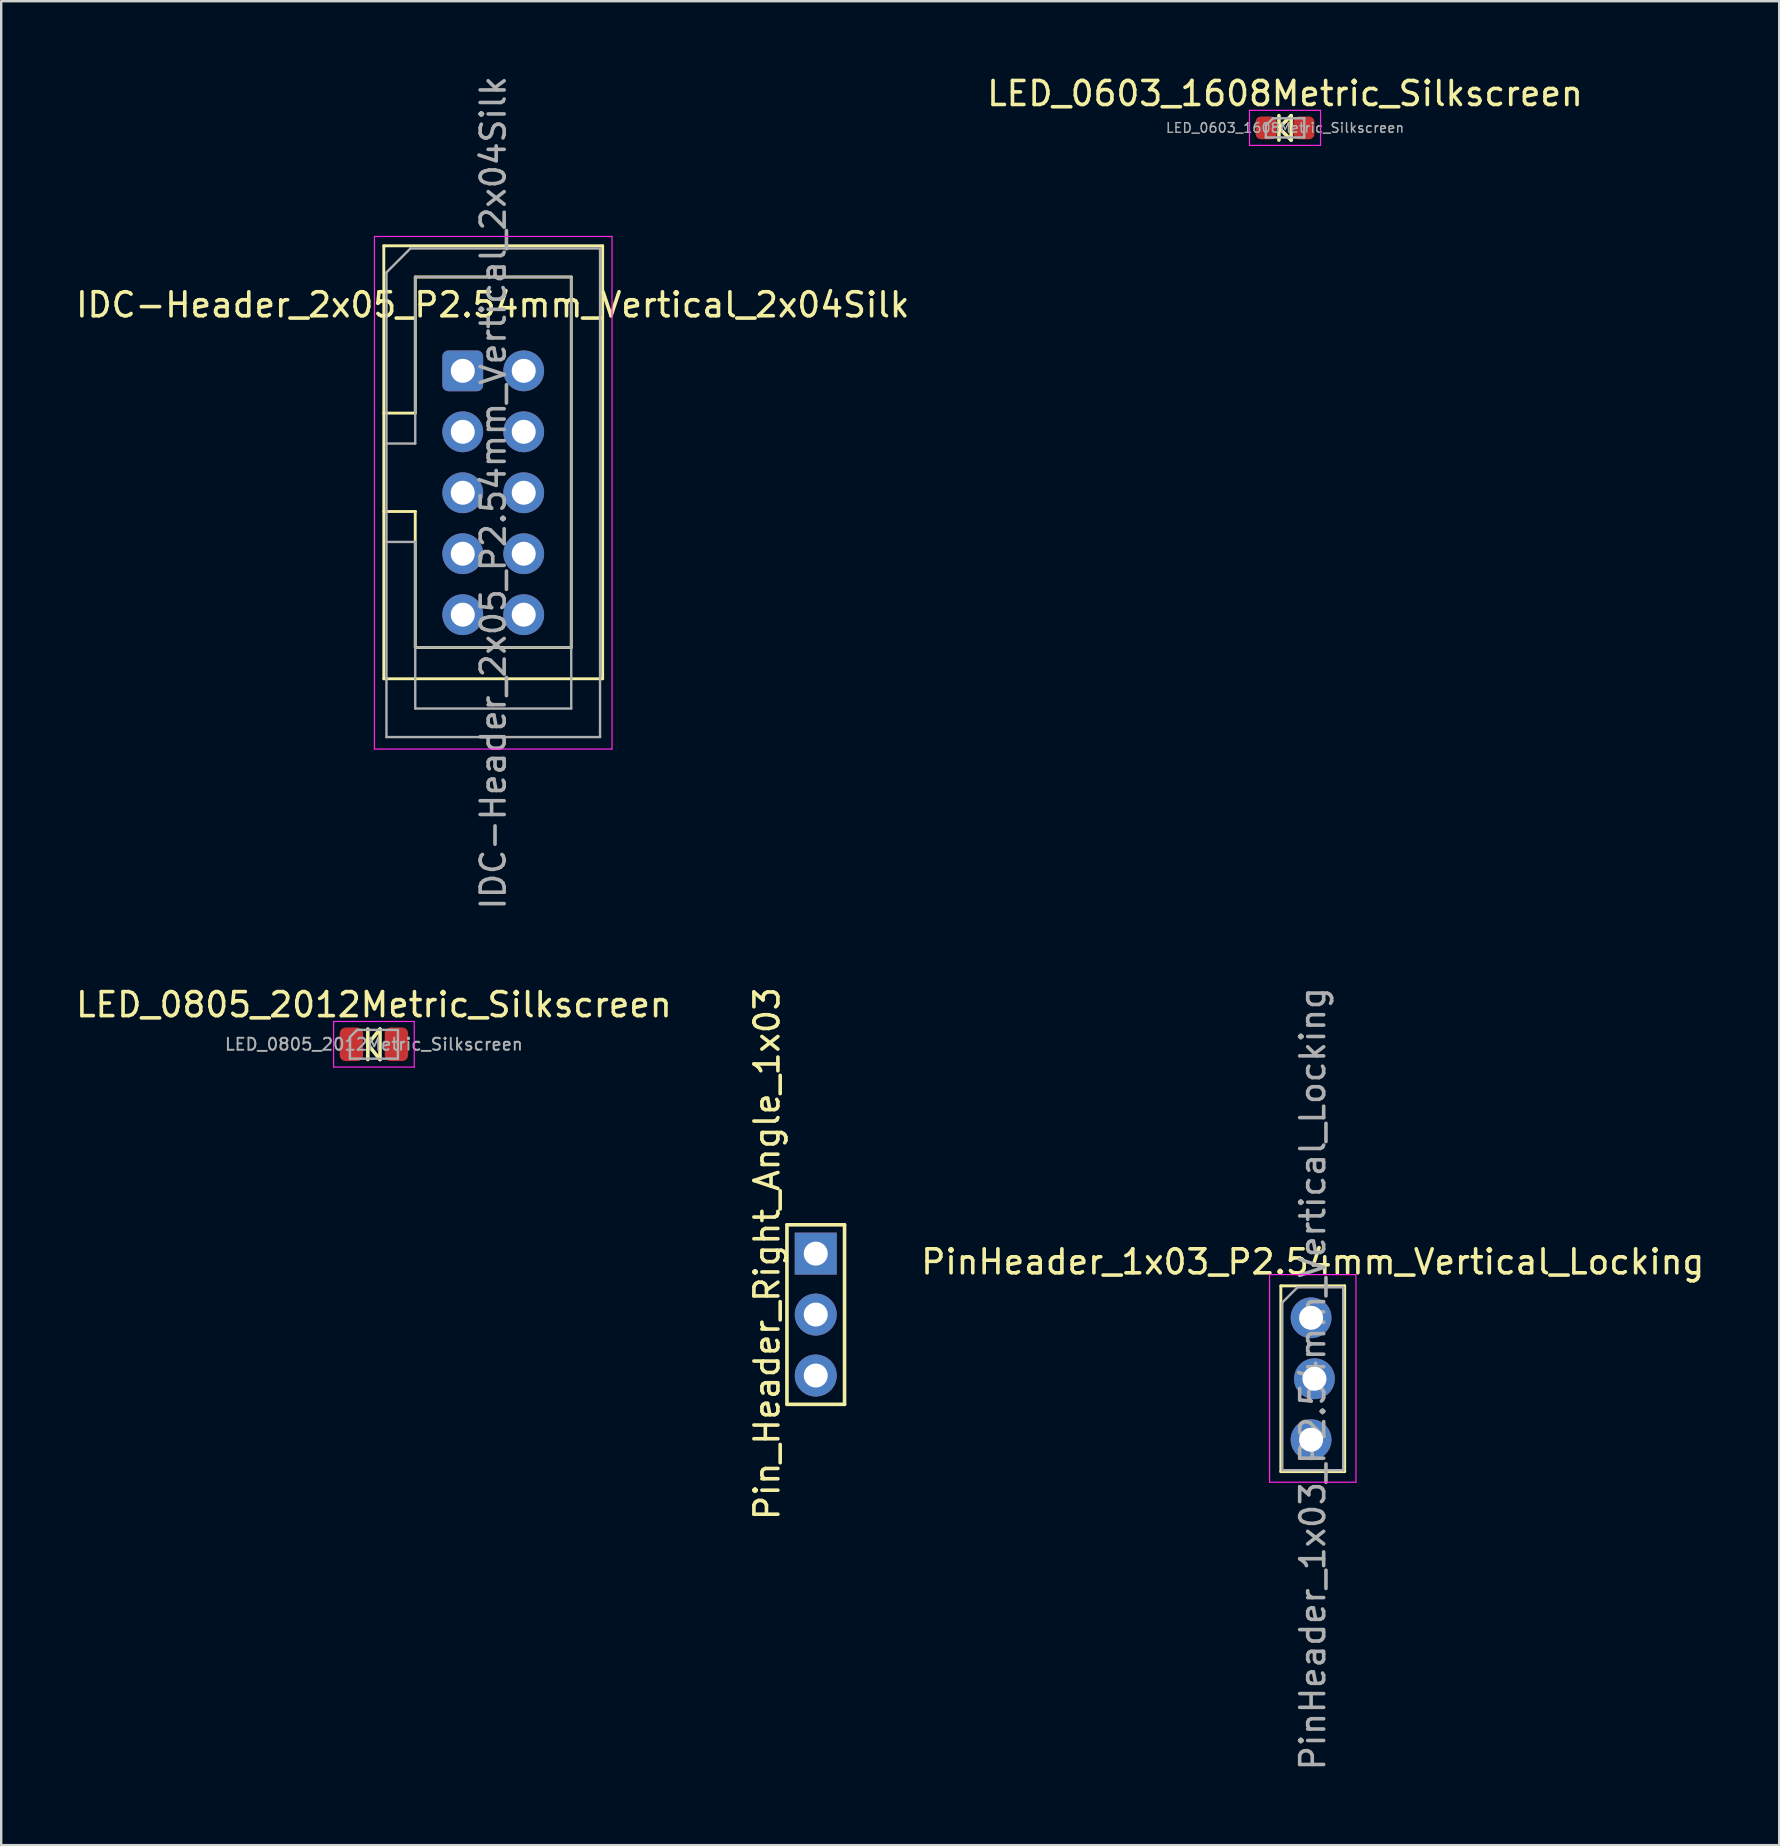
<source format=kicad_pcb>
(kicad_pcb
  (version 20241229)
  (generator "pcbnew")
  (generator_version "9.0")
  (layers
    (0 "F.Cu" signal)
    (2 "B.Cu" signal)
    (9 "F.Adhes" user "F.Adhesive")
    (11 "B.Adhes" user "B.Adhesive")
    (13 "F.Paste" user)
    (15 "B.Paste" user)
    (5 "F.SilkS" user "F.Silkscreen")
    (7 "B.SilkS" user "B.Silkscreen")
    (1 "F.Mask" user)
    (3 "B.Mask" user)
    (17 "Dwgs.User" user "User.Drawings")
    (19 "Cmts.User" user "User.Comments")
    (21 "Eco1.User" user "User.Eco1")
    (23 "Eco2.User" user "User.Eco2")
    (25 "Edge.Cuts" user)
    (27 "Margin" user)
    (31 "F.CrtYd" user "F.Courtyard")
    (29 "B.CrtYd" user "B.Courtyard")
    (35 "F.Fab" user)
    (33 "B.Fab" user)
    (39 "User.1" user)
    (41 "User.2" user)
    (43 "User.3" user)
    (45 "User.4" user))
  (footprint "IDC-Header_2x05_P2.54mm_Vertical_2x04Silk"
    (layer "F.Cu")
    (at 16.232 12.402)
    (property "Reference" "IDC-Header_2x05_P2.54mm_Vertical_2x04Silk" (at 1.25 -2.75 0) (layer "F.SilkS") (effects (font (size 1 1) (thickness 0.15))))
    (attr through_hole)
    (fp_line (start -3.29 -5.21) (end 5.83 -5.21) (stroke (width 0.12) (type solid)) (layer "F.SilkS"))
    (fp_line (start -3.29 1.76) (end -1.98 1.76) (stroke (width 0.12) (type solid)) (layer "F.SilkS"))
    (fp_line (start -3.29 12.83) (end -3.29 -5.21) (stroke (width 0.12) (type solid)) (layer "F.SilkS"))
    (fp_line (start -1.98 -3.91) (end 4.52 -3.91) (stroke (width 0.12) (type solid)) (layer "F.SilkS"))
    (fp_line (start -1.98 1.76) (end -1.98 -3.91) (stroke (width 0.12) (type solid)) (layer "F.SilkS"))
    (fp_line (start -1.98 5.86) (end -3.29 5.86) (stroke (width 0.12) (type solid)) (layer "F.SilkS"))
    (fp_line (start -1.98 5.86) (end -1.98 5.86) (stroke (width 0.12) (type solid)) (layer "F.SilkS"))
    (fp_line (start -1.98 11.53) (end -1.98 5.86) (stroke (width 0.12) (type solid)) (layer "F.SilkS"))
    (fp_line (start 4.52 -3.91) (end 4.52 11.53) (stroke (width 0.12) (type solid)) (layer "F.SilkS"))
    (fp_line (start 4.52 11.53) (end -1.98 11.53) (stroke (width 0.12) (type solid)) (layer "F.SilkS"))
    (fp_line (start 5.83 -5.21) (end 5.83 12.83) (stroke (width 0.12) (type solid)) (layer "F.SilkS"))
    (fp_line (start 5.83 12.83) (end -3.29 12.83) (stroke (width 0.12) (type solid)) (layer "F.SilkS"))
    (fp_line (start -3.68 -5.6) (end -3.68 15.76) (stroke (width 0.05) (type solid)) (layer "F.CrtYd"))
    (fp_line (start -3.68 15.76) (end 6.22 15.76) (stroke (width 0.05) (type solid)) (layer "F.CrtYd"))
    (fp_line (start 6.22 -5.6) (end -3.68 -5.6) (stroke (width 0.05) (type solid)) (layer "F.CrtYd"))
    (fp_line (start 6.22 15.76) (end 6.22 -5.6) (stroke (width 0.05) (type solid)) (layer "F.CrtYd"))
    (fp_line (start -3.18 -4.1) (end -2.18 -5.1) (stroke (width 0.1) (type solid)) (layer "F.Fab"))
    (fp_line (start -3.18 3.03) (end -1.98 3.03) (stroke (width 0.1) (type solid)) (layer "F.Fab"))
    (fp_line (start -3.18 15.26) (end -3.18 -4.1) (stroke (width 0.1) (type solid)) (layer "F.Fab"))
    (fp_line (start -2.18 -5.1) (end 5.72 -5.1) (stroke (width 0.1) (type solid)) (layer "F.Fab"))
    (fp_line (start -1.98 -3.91) (end 4.52 -3.91) (stroke (width 0.1) (type solid)) (layer "F.Fab"))
    (fp_line (start -1.98 3.03) (end -1.98 -3.91) (stroke (width 0.1) (type solid)) (layer "F.Fab"))
    (fp_line (start -1.98 7.13) (end -3.18 7.13) (stroke (width 0.1) (type solid)) (layer "F.Fab"))
    (fp_line (start -1.98 7.13) (end -1.98 7.13) (stroke (width 0.1) (type solid)) (layer "F.Fab"))
    (fp_line (start -1.98 14.07) (end -1.98 7.13) (stroke (width 0.1) (type solid)) (layer "F.Fab"))
    (fp_line (start 4.52 -3.91) (end 4.52 14.07) (stroke (width 0.1) (type solid)) (layer "F.Fab"))
    (fp_line (start 4.52 11.53) (end -1.98 11.53) (stroke (width 0.1) (type solid)) (layer "F.Fab"))
    (fp_line (start 4.52 14.07) (end -1.98 14.07) (stroke (width 0.1) (type solid)) (layer "F.Fab"))
    (fp_line (start 5.72 -5.1) (end 5.72 15.26) (stroke (width 0.1) (type solid)) (layer "F.Fab"))
    (fp_line (start 5.72 15.26) (end -3.18 15.26) (stroke (width 0.1) (type solid)) (layer "F.Fab"))
    (fp_text user "${REFERENCE}" (at 1.27 5.08 90) (layer "F.Fab") (effects (font (size 1 1) (thickness 0.15))))
    (pad "1" thru_hole roundrect (at 0 0) (size 1.7 1.7) (drill 1) (layers "*.Cu" "*.Mask") (roundrect_rratio 0.147))
    (pad "2" thru_hole circle (at 2.54 0) (size 1.7 1.7) (drill 1) (layers "*.Cu" "*.Mask"))
    (pad "3" thru_hole circle (at 0 2.54) (size 1.7 1.7) (drill 1) (layers "*.Cu" "*.Mask"))
    (pad "4" thru_hole circle (at 2.54 2.54) (size 1.7 1.7) (drill 1) (layers "*.Cu" "*.Mask"))
    (pad "5" thru_hole circle (at 0 5.08) (size 1.7 1.7) (drill 1) (layers "*.Cu" "*.Mask"))
    (pad "6" thru_hole circle (at 2.54 5.08) (size 1.7 1.7) (drill 1) (layers "*.Cu" "*.Mask"))
    (pad "7" thru_hole circle (at 0 7.62) (size 1.7 1.7) (drill 1) (layers "*.Cu" "*.Mask"))
    (pad "8" thru_hole circle (at 2.54 7.62) (size 1.7 1.7) (drill 1) (layers "*.Cu" "*.Mask"))
    (pad "9" thru_hole circle (at 0 10.16) (size 1.7 1.7) (drill 1) (layers "*.Cu" "*.Mask"))
    (pad "10" thru_hole circle (at 2.54 10.16) (size 1.7 1.7) (drill 1) (layers "*.Cu" "*.Mask")))
  (footprint "LED_0603_1608Metric_Silkscreen"
    (layer "F.Cu")
    (at 50.494 2.278)
    (property "Reference" "LED_0603_1608Metric_Silkscreen" (at 0 -1.43 0) (layer "F.SilkS") (effects (font (size 1 1) (thickness 0.15))))
    (attr smd)
    (fp_line (start -0.254 -0.508) (end -0.254 0.508) (stroke (width 0.15) (type solid)) (layer "F.SilkS"))
    (fp_line (start -0.254 0) (end 0.254 -0.508) (stroke (width 0.15) (type solid)) (layer "F.SilkS"))
    (fp_line (start 0.254 -0.508) (end 0.254 0.508) (stroke (width 0.15) (type solid)) (layer "F.SilkS"))
    (fp_line (start 0.254 0.508) (end -0.254 0) (stroke (width 0.15) (type solid)) (layer "F.SilkS"))
    (fp_line (start -1.48 -0.73) (end 1.48 -0.73) (stroke (width 0.05) (type solid)) (layer "F.CrtYd"))
    (fp_line (start -1.48 0.73) (end -1.48 -0.73) (stroke (width 0.05) (type solid)) (layer "F.CrtYd"))
    (fp_line (start 1.48 -0.73) (end 1.48 0.73) (stroke (width 0.05) (type solid)) (layer "F.CrtYd"))
    (fp_line (start 1.48 0.73) (end -1.48 0.73) (stroke (width 0.05) (type solid)) (layer "F.CrtYd"))
    (fp_line (start -0.8 -0.1) (end -0.8 0.4) (stroke (width 0.1) (type solid)) (layer "F.Fab"))
    (fp_line (start -0.8 0.4) (end 0.8 0.4) (stroke (width 0.1) (type solid)) (layer "F.Fab"))
    (fp_line (start -0.5 -0.4) (end -0.8 -0.1) (stroke (width 0.1) (type solid)) (layer "F.Fab"))
    (fp_line (start 0.8 -0.4) (end -0.5 -0.4) (stroke (width 0.1) (type solid)) (layer "F.Fab"))
    (fp_line (start 0.8 0.4) (end 0.8 -0.4) (stroke (width 0.1) (type solid)) (layer "F.Fab"))
    (fp_text user "${REFERENCE}" (at 0 0 0) (layer "F.Fab") (effects (font (size 0.4 0.4) (thickness 0.06))))
    (pad "1" smd roundrect (at -0.787 0) (size 0.875 0.95) (layers "F.Cu" "F.Mask" "F.Paste") (roundrect_rratio 0.25))
    (pad "2" smd roundrect (at 0.787 0) (size 0.875 0.95) (layers "F.Cu" "F.Mask" "F.Paste") (roundrect_rratio 0.25)))
  (footprint "LED_0805_2012Metric_Silkscreen"
    (layer "F.Cu")
    (at 12.53 40.463)
    (property "Reference" "LED_0805_2012Metric_Silkscreen" (at 0 -1.65 0) (layer "F.SilkS") (effects (font (size 1 1) (thickness 0.15))))
    (attr smd)
    (fp_line (start -0.254 -0.635) (end -0.254 0.635) (stroke (width 0.15) (type solid)) (layer "F.SilkS"))
    (fp_line (start -0.254 0) (end 0.254 -0.635) (stroke (width 0.15) (type solid)) (layer "F.SilkS"))
    (fp_line (start 0.254 -0.635) (end 0.254 0.635) (stroke (width 0.15) (type solid)) (layer "F.SilkS"))
    (fp_line (start 0.254 0.635) (end -0.254 0) (stroke (width 0.15) (type solid)) (layer "F.SilkS"))
    (fp_line (start -1.68 -0.95) (end 1.68 -0.95) (stroke (width 0.05) (type solid)) (layer "F.CrtYd"))
    (fp_line (start -1.68 0.95) (end -1.68 -0.95) (stroke (width 0.05) (type solid)) (layer "F.CrtYd"))
    (fp_line (start 1.68 -0.95) (end 1.68 0.95) (stroke (width 0.05) (type solid)) (layer "F.CrtYd"))
    (fp_line (start 1.68 0.95) (end -1.68 0.95) (stroke (width 0.05) (type solid)) (layer "F.CrtYd"))
    (fp_line (start -1 -0.3) (end -1 0.6) (stroke (width 0.1) (type solid)) (layer "F.Fab"))
    (fp_line (start -1 0.6) (end 1 0.6) (stroke (width 0.1) (type solid)) (layer "F.Fab"))
    (fp_line (start -0.7 -0.6) (end -1 -0.3) (stroke (width 0.1) (type solid)) (layer "F.Fab"))
    (fp_line (start 1 -0.6) (end -0.7 -0.6) (stroke (width 0.1) (type solid)) (layer "F.Fab"))
    (fp_line (start 1 0.6) (end 1 -0.6) (stroke (width 0.1) (type solid)) (layer "F.Fab"))
    (fp_text user "${REFERENCE}" (at 0 0 0) (layer "F.Fab") (effects (font (size 0.5 0.5) (thickness 0.08))))
    (pad "1" smd roundrect (at -0.938 0) (size 0.975 1.4) (layers "F.Cu" "F.Mask" "F.Paste") (roundrect_rratio 0.25))
    (pad "2" smd roundrect (at 0.938 0) (size 0.975 1.4) (layers "F.Cu" "F.Mask" "F.Paste") (roundrect_rratio 0.25)))
  (footprint "PinHeader_1x03_P2.54mm_Vertical_Locking"
    (layer "F.Cu")
    (at 51.649 51.859)
    (property "Reference" "PinHeader_1x03_P2.54mm_Vertical_Locking" (at 0 -2.33 0) (layer "F.SilkS") (effects (font (size 1 1) (thickness 0.15))))
    (attr through_hole)
    (fp_line (start -1.33 -1.33) (end -1.33 6.41) (stroke (width 0.12) (type solid)) (layer "F.SilkS"))
    (fp_line (start -1.33 -1.33) (end 1.33 -1.33) (stroke (width 0.12) (type solid)) (layer "F.SilkS"))
    (fp_line (start -1.33 6.41) (end 1.33 6.41) (stroke (width 0.12) (type solid)) (layer "F.SilkS"))
    (fp_line (start 1.33 -1.33) (end 1.33 6.41) (stroke (width 0.12) (type solid)) (layer "F.SilkS"))
    (fp_line (start -1.8 -1.8) (end -1.8 6.85) (stroke (width 0.05) (type solid)) (layer "F.CrtYd"))
    (fp_line (start -1.8 6.85) (end 1.8 6.85) (stroke (width 0.05) (type solid)) (layer "F.CrtYd"))
    (fp_line (start 1.8 -1.8) (end -1.8 -1.8) (stroke (width 0.05) (type solid)) (layer "F.CrtYd"))
    (fp_line (start 1.8 6.85) (end 1.8 -1.8) (stroke (width 0.05) (type solid)) (layer "F.CrtYd"))
    (fp_line (start -1.27 -0.635) (end -0.635 -1.27) (stroke (width 0.1) (type solid)) (layer "F.Fab"))
    (fp_line (start -1.27 6.35) (end -1.27 -0.635) (stroke (width 0.1) (type solid)) (layer "F.Fab"))
    (fp_line (start -0.635 -1.27) (end 1.27 -1.27) (stroke (width 0.1) (type solid)) (layer "F.Fab"))
    (fp_line (start 1.27 -1.27) (end 1.27 6.35) (stroke (width 0.1) (type solid)) (layer "F.Fab"))
    (fp_line (start 1.27 6.35) (end -1.27 6.35) (stroke (width 0.1) (type solid)) (layer "F.Fab"))
    (fp_text user "${REFERENCE}" (at 0 2.54 90) (layer "F.Fab") (effects (font (size 1 1) (thickness 0.15))))
    (pad "1" thru_hole circle (at -0.07 0) (size 1.7 1.7) (drill 1) (layers "*.Cu" "*.Mask"))
    (pad "2" thru_hole circle (at 0.07 2.54) (size 1.7 1.7) (drill 1) (layers "*.Cu" "*.Mask"))
    (pad "3" thru_hole circle (at -0.07 5.08) (size 1.7 1.7) (drill 1) (layers "*.Cu" "*.Mask"))
    (pad "4" smd rect (at 0 0) (size 0.64 0.64) (layers "F.Cu" "F.Mask" "F.Paste")))
  (footprint "Pin_Header_Right_Angle_1x03"
    (layer "F.Cu")
    (at 30.94 49.185)
    (property "Reference" "Pin_Header_Right_Angle_1x03" (at -2.032 0 90) (layer "F.SilkS") (effects (font (size 1 1) (thickness 0.15))))
    (attr through_hole)
    (fp_line (start -1.2 -1.2) (end -1.2 6.28) (stroke (width 0.15) (type solid)) (layer "F.SilkS"))
    (fp_line (start -1.2 -1.2) (end 1.2 -1.2) (stroke (width 0.15) (type solid)) (layer "F.SilkS"))
    (fp_line (start -1.2 6.28) (end 1.2 6.28) (stroke (width 0.15) (type solid)) (layer "F.SilkS"))
    (fp_line (start 1.2 -1.2) (end 1.2 6.28) (stroke (width 0.15) (type solid)) (layer "F.SilkS"))
    (pad "1" thru_hole rect (at 0 0) (size 1.75 1.75) (drill 1) (layers "*.Cu" "*.Mask"))
    (pad "2" thru_hole circle (at 0 2.54) (size 1.75 1.75) (drill 1) (layers "*.Cu" "*.Mask"))
    (pad "3" thru_hole circle (at 0 5.08) (size 1.75 1.75) (drill 1) (layers "*.Cu" "*.Mask")))
  (gr_rect
    (start -3 -3)
    (end 71.084 73.833)
    (stroke (width 0.1) (type default))
    (fill no)
    (layer "Edge.Cuts")))
</source>
